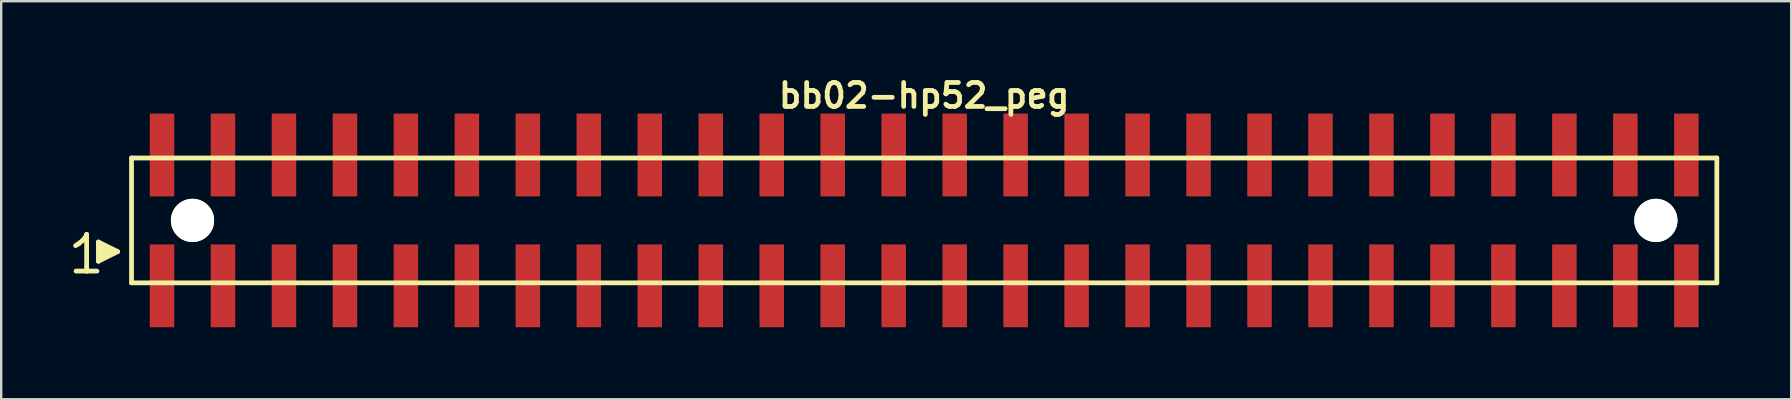
<source format=kicad_pcb>
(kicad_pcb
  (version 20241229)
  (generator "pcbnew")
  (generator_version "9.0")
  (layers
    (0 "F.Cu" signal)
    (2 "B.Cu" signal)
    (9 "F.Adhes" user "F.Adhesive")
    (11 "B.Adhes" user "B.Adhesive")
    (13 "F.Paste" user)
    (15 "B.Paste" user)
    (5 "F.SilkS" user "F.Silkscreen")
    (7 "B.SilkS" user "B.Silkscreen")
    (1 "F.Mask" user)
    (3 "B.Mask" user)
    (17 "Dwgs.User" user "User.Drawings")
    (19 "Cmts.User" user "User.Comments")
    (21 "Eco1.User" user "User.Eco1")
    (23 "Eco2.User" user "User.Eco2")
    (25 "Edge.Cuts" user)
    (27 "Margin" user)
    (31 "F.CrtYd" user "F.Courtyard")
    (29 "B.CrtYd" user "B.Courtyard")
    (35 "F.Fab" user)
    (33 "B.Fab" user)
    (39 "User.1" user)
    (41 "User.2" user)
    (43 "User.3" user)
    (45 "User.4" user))
  (footprint "bb02-hp52_peg"
    (layer "F.Cu")
    (at 35.449 6.132)
    (property "Reference" "bb02-hp52_peg" (at 0 -5.2 0) (layer "F.SilkS") (effects (font (size 0.998 0.998) (thickness 0.198))))
    (attr through_hole)
    (fp_line (start -35.35 1.05) (end -35.22 0.97) (stroke (width 0.198) (type solid)) (layer "F.SilkS"))
    (fp_line (start -35.22 0.97) (end -35.06 0.84) (stroke (width 0.198) (type solid)) (layer "F.SilkS"))
    (fp_line (start -35.06 0.84) (end -34.92 0.67) (stroke (width 0.198) (type solid)) (layer "F.SilkS"))
    (fp_line (start -34.92 0.67) (end -34.89 0.58) (stroke (width 0.198) (type solid)) (layer "F.SilkS"))
    (fp_line (start -34.89 0.58) (end -34.89 2.11) (stroke (width 0.198) (type solid)) (layer "F.SilkS"))
    (fp_line (start -34.89 2.11) (end -35.33 2.11) (stroke (width 0.198) (type solid)) (layer "F.SilkS"))
    (fp_line (start -34.46 2.11) (end -34.9 2.11) (stroke (width 0.198) (type solid)) (layer "F.SilkS"))
    (fp_line (start -34.4 0.9) (end -33.6 1.3) (stroke (width 0.198) (type solid)) (layer "F.SilkS"))
    (fp_line (start -34.4 1.7) (end -34.4 0.9) (stroke (width 0.198) (type solid)) (layer "F.SilkS"))
    (fp_line (start -34.3 1.6) (end -34.3 1) (stroke (width 0.198) (type solid)) (layer "F.SilkS"))
    (fp_line (start -34.2 1.1) (end -34.2 1.5) (stroke (width 0.198) (type solid)) (layer "F.SilkS"))
    (fp_line (start -34.1 1.5) (end -34.1 1.1) (stroke (width 0.198) (type solid)) (layer "F.SilkS"))
    (fp_line (start -34 1.2) (end -34 1.4) (stroke (width 0.198) (type solid)) (layer "F.SilkS"))
    (fp_line (start -33.9 1.4) (end -33.9 1.2) (stroke (width 0.198) (type solid)) (layer "F.SilkS"))
    (fp_line (start -33.6 1.3) (end -34.4 1.7) (stroke (width 0.198) (type solid)) (layer "F.SilkS"))
    (fp_line (start -33.02 -2.6) (end -33.02 2.6) (stroke (width 0.198) (type solid)) (layer "F.SilkS"))
    (fp_line (start -33.02 -2.6) (end 33.02 -2.6) (stroke (width 0.198) (type solid)) (layer "F.SilkS"))
    (fp_line (start 33.02 2.6) (end -33.02 2.6) (stroke (width 0.198) (type solid)) (layer "F.SilkS"))
    (fp_line (start 33.02 2.6) (end 33.02 -2.6) (stroke (width 0.198) (type solid)) (layer "F.SilkS"))
    (pad "" np_thru_hole circle (at -30.48 0) (size 1.8 1.8) (drill 1.8) (layers "*.Cu" "*.Mask" "F.SilkS"))
    (pad "" np_thru_hole circle (at 30.48 0) (size 1.8 1.8) (drill 1.8) (layers "*.Cu" "*.Mask" "F.SilkS"))
    (pad "1" smd rect (at -31.75 2.725) (size 1.02 3.45) (layers "F.Cu" "F.Mask" "F.Paste"))
    (pad "2" smd rect (at -31.75 -2.725) (size 1.02 3.45) (layers "F.Cu" "F.Mask" "F.Paste"))
    (pad "3" smd rect (at -29.21 2.725) (size 1.02 3.45) (layers "F.Cu" "F.Mask" "F.Paste"))
    (pad "4" smd rect (at -29.21 -2.725) (size 1.02 3.45) (layers "F.Cu" "F.Mask" "F.Paste"))
    (pad "5" smd rect (at -26.67 2.725) (size 1.02 3.45) (layers "F.Cu" "F.Mask" "F.Paste"))
    (pad "6" smd rect (at -26.67 -2.725) (size 1.02 3.45) (layers "F.Cu" "F.Mask" "F.Paste"))
    (pad "7" smd rect (at -24.13 2.725) (size 1.02 3.45) (layers "F.Cu" "F.Mask" "F.Paste"))
    (pad "8" smd rect (at -24.13 -2.725) (size 1.02 3.45) (layers "F.Cu" "F.Mask" "F.Paste"))
    (pad "9" smd rect (at -21.59 2.725) (size 1.02 3.45) (layers "F.Cu" "F.Mask" "F.Paste"))
    (pad "10" smd rect (at -21.59 -2.725) (size 1.02 3.45) (layers "F.Cu" "F.Mask" "F.Paste"))
    (pad "11" smd rect (at -19.05 2.725) (size 1.02 3.45) (layers "F.Cu" "F.Mask" "F.Paste"))
    (pad "12" smd rect (at -19.05 -2.725) (size 1.02 3.45) (layers "F.Cu" "F.Mask" "F.Paste"))
    (pad "13" smd rect (at -16.51 2.725) (size 1.02 3.45) (layers "F.Cu" "F.Mask" "F.Paste"))
    (pad "14" smd rect (at -16.51 -2.725) (size 1.02 3.45) (layers "F.Cu" "F.Mask" "F.Paste"))
    (pad "15" smd rect (at -13.97 2.725) (size 1.02 3.45) (layers "F.Cu" "F.Mask" "F.Paste"))
    (pad "16" smd rect (at -13.97 -2.725) (size 1.02 3.45) (layers "F.Cu" "F.Mask" "F.Paste"))
    (pad "17" smd rect (at -11.43 2.725) (size 1.02 3.45) (layers "F.Cu" "F.Mask" "F.Paste"))
    (pad "18" smd rect (at -11.43 -2.725) (size 1.02 3.45) (layers "F.Cu" "F.Mask" "F.Paste"))
    (pad "19" smd rect (at -8.89 2.725) (size 1.02 3.45) (layers "F.Cu" "F.Mask" "F.Paste"))
    (pad "20" smd rect (at -8.89 -2.725) (size 1.02 3.45) (layers "F.Cu" "F.Mask" "F.Paste"))
    (pad "21" smd rect (at -6.35 2.725) (size 1.02 3.45) (layers "F.Cu" "F.Mask" "F.Paste"))
    (pad "22" smd rect (at -6.35 -2.725) (size 1.02 3.45) (layers "F.Cu" "F.Mask" "F.Paste"))
    (pad "23" smd rect (at -3.81 2.725) (size 1.02 3.45) (layers "F.Cu" "F.Mask" "F.Paste"))
    (pad "24" smd rect (at -3.81 -2.725) (size 1.02 3.45) (layers "F.Cu" "F.Mask" "F.Paste"))
    (pad "25" smd rect (at -1.27 2.725) (size 1.02 3.45) (layers "F.Cu" "F.Mask" "F.Paste"))
    (pad "26" smd rect (at -1.27 -2.725) (size 1.02 3.45) (layers "F.Cu" "F.Mask" "F.Paste"))
    (pad "27" smd rect (at 1.27 2.725) (size 1.02 3.45) (layers "F.Cu" "F.Mask" "F.Paste"))
    (pad "28" smd rect (at 1.27 -2.725) (size 1.02 3.45) (layers "F.Cu" "F.Mask" "F.Paste"))
    (pad "29" smd rect (at 3.81 2.725) (size 1.02 3.45) (layers "F.Cu" "F.Mask" "F.Paste"))
    (pad "30" smd rect (at 3.81 -2.725) (size 1.02 3.45) (layers "F.Cu" "F.Mask" "F.Paste"))
    (pad "31" smd rect (at 6.35 2.725) (size 1.02 3.45) (layers "F.Cu" "F.Mask" "F.Paste"))
    (pad "32" smd rect (at 6.35 -2.725) (size 1.02 3.45) (layers "F.Cu" "F.Mask" "F.Paste"))
    (pad "33" smd rect (at 8.89 2.725) (size 1.02 3.45) (layers "F.Cu" "F.Mask" "F.Paste"))
    (pad "34" smd rect (at 8.89 -2.725) (size 1.02 3.45) (layers "F.Cu" "F.Mask" "F.Paste"))
    (pad "35" smd rect (at 11.43 2.725) (size 1.02 3.45) (layers "F.Cu" "F.Mask" "F.Paste"))
    (pad "36" smd rect (at 11.43 -2.725) (size 1.02 3.45) (layers "F.Cu" "F.Mask" "F.Paste"))
    (pad "37" smd rect (at 13.97 2.725) (size 1.02 3.45) (layers "F.Cu" "F.Mask" "F.Paste"))
    (pad "38" smd rect (at 13.97 -2.725) (size 1.02 3.45) (layers "F.Cu" "F.Mask" "F.Paste"))
    (pad "39" smd rect (at 16.51 2.725) (size 1.02 3.45) (layers "F.Cu" "F.Mask" "F.Paste"))
    (pad "40" smd rect (at 16.51 -2.725) (size 1.02 3.45) (layers "F.Cu" "F.Mask" "F.Paste"))
    (pad "41" smd rect (at 19.05 2.725) (size 1.02 3.45) (layers "F.Cu" "F.Mask" "F.Paste"))
    (pad "42" smd rect (at 19.05 -2.725) (size 1.02 3.45) (layers "F.Cu" "F.Mask" "F.Paste"))
    (pad "43" smd rect (at 21.59 2.725) (size 1.02 3.45) (layers "F.Cu" "F.Mask" "F.Paste"))
    (pad "44" smd rect (at 21.59 -2.725) (size 1.02 3.45) (layers "F.Cu" "F.Mask" "F.Paste"))
    (pad "45" smd rect (at 24.13 2.725) (size 1.02 3.45) (layers "F.Cu" "F.Mask" "F.Paste"))
    (pad "46" smd rect (at 24.13 -2.725) (size 1.02 3.45) (layers "F.Cu" "F.Mask" "F.Paste"))
    (pad "47" smd rect (at 26.67 2.725) (size 1.02 3.45) (layers "F.Cu" "F.Mask" "F.Paste"))
    (pad "48" smd rect (at 26.67 -2.725) (size 1.02 3.45) (layers "F.Cu" "F.Mask" "F.Paste"))
    (pad "49" smd rect (at 29.21 2.725) (size 1.02 3.45) (layers "F.Cu" "F.Mask" "F.Paste"))
    (pad "50" smd rect (at 29.21 -2.725) (size 1.02 3.45) (layers "F.Cu" "F.Mask" "F.Paste"))
    (pad "51" smd rect (at 31.75 2.725) (size 1.02 3.45) (layers "F.Cu" "F.Mask" "F.Paste"))
    (pad "52" smd rect (at 31.75 -2.725) (size 1.02 3.45) (layers "F.Cu" "F.Mask" "F.Paste")))
  (gr_rect
    (start -3 -3)
    (end 71.568 13.582)
    (stroke (width 0.1) (type default))
    (fill no)
    (layer "Edge.Cuts")))
</source>
